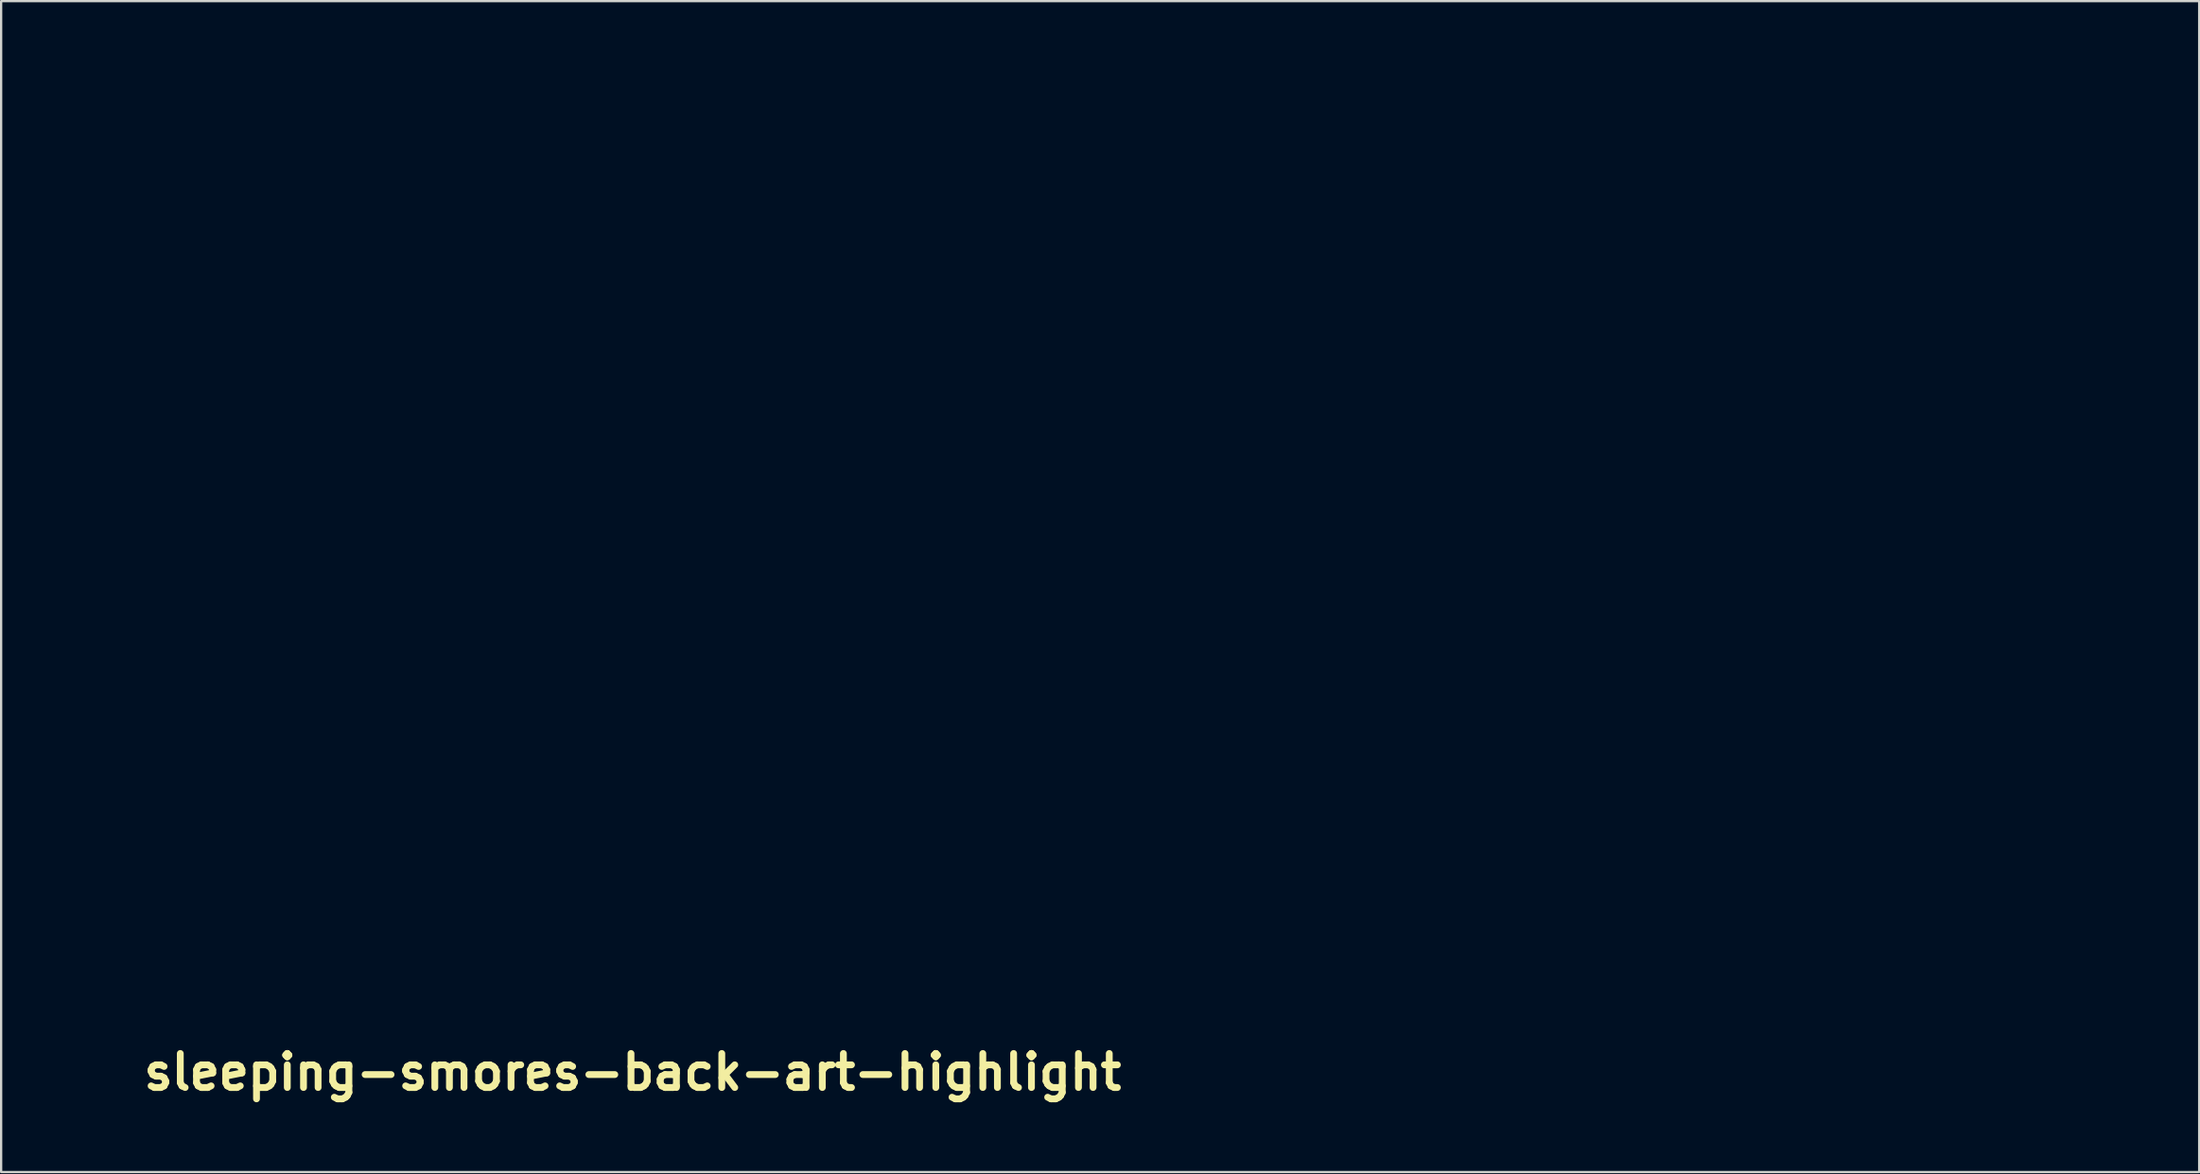
<source format=kicad_pcb>
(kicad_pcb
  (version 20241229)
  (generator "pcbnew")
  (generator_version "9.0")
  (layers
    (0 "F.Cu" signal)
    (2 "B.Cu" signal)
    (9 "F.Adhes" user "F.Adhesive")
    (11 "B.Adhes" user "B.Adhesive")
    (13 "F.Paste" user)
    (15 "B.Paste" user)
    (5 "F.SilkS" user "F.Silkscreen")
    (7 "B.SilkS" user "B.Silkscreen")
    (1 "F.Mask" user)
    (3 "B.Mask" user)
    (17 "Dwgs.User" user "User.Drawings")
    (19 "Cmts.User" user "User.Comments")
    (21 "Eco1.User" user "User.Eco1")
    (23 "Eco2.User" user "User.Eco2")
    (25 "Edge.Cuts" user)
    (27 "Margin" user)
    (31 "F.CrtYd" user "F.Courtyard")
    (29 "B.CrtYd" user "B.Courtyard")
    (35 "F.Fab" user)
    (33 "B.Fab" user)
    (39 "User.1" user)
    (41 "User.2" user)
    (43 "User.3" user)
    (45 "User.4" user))
  (footprint "sleeping-smores-back-art-highlight"
    (layer "F.Cu")
    (at 24.822 44.214)
    (property "Reference" "sleeping-smores-back-art-highlight" (at 0 0 0) (layer "F.SilkS") (effects (font (size 1.5 1.5) (thickness 0.3))))
    (attr board_only exclude_from_pos_files exclude_from_bom)
    (fp_poly (pts (xy -16.71 -7.464) (xy -16.562 -7.34) (xy -16.471 -7.252) (xy -16.425 -7.187) (xy -16.412 -7.128) (xy -16.416 -7.09) (xy -16.469 -6.946) (xy -16.581 -6.761) (xy -16.741 -6.552) (xy -16.84 -6.432) (xy -16.844 -6.852) (xy -16.853 -7.099) (xy -16.876 -7.289) (xy -16.918 -7.447) (xy -16.936 -7.497) (xy -17.025 -7.721)) (stroke (width 0) (type solid)) (fill yes) (layer "F.Mask"))
    (fp_poly (pts (xy 59.468 -31.518) (xy 59.598 -31.471) (xy 59.756 -31.404) (xy 59.797 -31.385) (xy 59.953 -31.315) (xy 60.083 -31.263) (xy 60.165 -31.237) (xy 60.176 -31.235) (xy 60.24 -31.217) (xy 60.252 -31.158) (xy 60.213 -31.048) (xy 60.131 -30.896) (xy 59.927 -30.585) (xy 59.681 -30.267) (xy 59.419 -29.974) (xy 59.207 -29.772) (xy 59.053 -29.645) (xy 58.893 -29.518) (xy 58.741 -29.406) (xy 58.614 -29.319) (xy 58.528 -29.269) (xy 58.505 -29.261) (xy 58.496 -29.302) (xy 58.488 -29.413) (xy 58.483 -29.579) (xy 58.48 -29.785) (xy 58.48 -29.866) (xy 58.48 -30.471) (xy 58.739 -30.754) (xy 58.882 -30.92) (xy 59.023 -31.101) (xy 59.135 -31.263) (xy 59.15 -31.286) (xy 59.256 -31.441) (xy 59.341 -31.521) (xy 59.389 -31.535)) (stroke (width 0) (type solid)) (fill yes) (layer "F.Mask"))
    (fp_poly (pts (xy -19.219 -17.041) (xy -18.989 -17.033) (xy -18.78 -17.019) (xy -18.61 -16.998) (xy -18.498 -16.971) (xy -18.483 -16.964) (xy -18.356 -16.899) (xy -18.385 -16.226) (xy -18.398 -15.941) (xy -18.413 -15.731) (xy -18.442 -15.584) (xy -18.494 -15.49) (xy -18.579 -15.437) (xy -18.706 -15.414) (xy -18.886 -15.41) (xy -19.107 -15.414) (xy -19.336 -15.42) (xy -19.556 -15.43) (xy -19.74 -15.441) (xy -19.85 -15.451) (xy -19.987 -15.473) (xy -20.091 -15.498) (xy -20.123 -15.511) (xy -20.145 -15.566) (xy -20.159 -15.69) (xy -20.165 -15.863) (xy -20.165 -16.069) (xy -20.158 -16.288) (xy -20.146 -16.504) (xy -20.129 -16.699) (xy -20.108 -16.855) (xy -20.083 -16.954) (xy -20.071 -16.975) (xy -20 -17.002) (xy -19.862 -17.022) (xy -19.673 -17.035) (xy -19.453 -17.041)) (stroke (width 0) (type solid)) (fill yes) (layer "F.Mask"))
    (fp_poly (pts (xy -18.177 -10.932) (xy -18.093 -10.897) (xy -17.955 -10.825) (xy -17.757 -10.715) (xy -17.494 -10.564) (xy -17.377 -10.495) (xy -17.145 -10.358) (xy -16.979 -10.257) (xy -16.87 -10.18) (xy -16.81 -10.118) (xy -16.79 -10.061) (xy -16.802 -9.999) (xy -16.838 -9.922) (xy -16.861 -9.878) (xy -16.929 -9.755) (xy -17.011 -9.612) (xy -17.098 -9.468) (xy -17.176 -9.343) (xy -17.235 -9.256) (xy -17.262 -9.225) (xy -17.283 -9.261) (xy -17.318 -9.349) (xy -17.327 -9.373) (xy -17.388 -9.478) (xy -17.5 -9.615) (xy -17.647 -9.765) (xy -17.675 -9.792) (xy -17.808 -9.916) (xy -17.899 -10.015) (xy -17.964 -10.112) (xy -18.016 -10.231) (xy -18.072 -10.399) (xy -18.099 -10.489) (xy -18.152 -10.667) (xy -18.191 -10.813) (xy -18.212 -10.907) (xy -18.213 -10.934)) (stroke (width 0) (type solid)) (fill yes) (layer "F.Mask"))
    (fp_poly (pts (xy -13.854 -6.024) (xy -13.728 -5.961) (xy -13.585 -5.873) (xy -13.576 -5.866) (xy -13.407 -5.749) (xy -13.231 -5.626) (xy -13.104 -5.538) (xy -12.898 -5.381) (xy -12.751 -5.241) (xy -12.671 -5.125) (xy -12.657 -5.07) (xy -12.684 -4.987) (xy -12.757 -4.859) (xy -12.865 -4.698) (xy -12.997 -4.519) (xy -13.142 -4.335) (xy -13.289 -4.16) (xy -13.427 -4.009) (xy -13.546 -3.893) (xy -13.633 -3.828) (xy -13.662 -3.819) (xy -13.725 -3.841) (xy -13.828 -3.898) (xy -13.888 -3.937) (xy -14.211 -4.156) (xy -14.466 -4.333) (xy -14.657 -4.474) (xy -14.79 -4.58) (xy -14.868 -4.657) (xy -14.894 -4.694) (xy -14.902 -4.811) (xy -14.843 -4.982) (xy -14.718 -5.206) (xy -14.536 -5.47) (xy -14.339 -5.724) (xy -14.177 -5.902) (xy -14.048 -6.01) (xy -13.947 -6.048) (xy -13.939 -6.048)) (stroke (width 0) (type solid)) (fill yes) (layer "F.Mask"))
    (fp_poly (pts (xy -22.657 -11.831) (xy -22.553 -11.802) (xy -22.532 -11.785) (xy -22.506 -11.719) (xy -22.478 -11.591) (xy -22.451 -11.423) (xy -22.441 -11.346) (xy -22.418 -11.147) (xy -22.395 -10.958) (xy -22.376 -10.81) (xy -22.372 -10.78) (xy -22.361 -10.669) (xy -22.365 -10.605) (xy -22.371 -10.598) (xy -22.396 -10.63) (xy -22.397 -10.637) (xy -22.429 -10.709) (xy -22.514 -10.814) (xy -22.635 -10.936) (xy -22.774 -11.057) (xy -22.913 -11.162) (xy -23.034 -11.234) (xy -23.048 -11.241) (xy -23.317 -11.313) (xy -23.607 -11.318) (xy -23.889 -11.256) (xy -24.044 -11.186) (xy -24.242 -11.076) (xy -24.242 -11.325) (xy -24.23 -11.505) (xy -24.193 -11.61) (xy -24.177 -11.628) (xy -24.108 -11.656) (xy -23.972 -11.689) (xy -23.787 -11.725) (xy -23.573 -11.761) (xy -23.348 -11.793) (xy -23.13 -11.819) (xy -22.937 -11.835) (xy -22.82 -11.84)) (stroke (width 0) (type solid)) (fill yes) (layer "F.Mask"))
    (fp_poly (pts (xy -21.463 -17.146) (xy -21.138 -17.115) (xy -20.888 -17.092) (xy -20.702 -17.073) (xy -20.571 -17.057) (xy -20.484 -17.044) (xy -20.431 -17.03) (xy -20.4 -17.016) (xy -20.383 -16.998) (xy -20.372 -16.983) (xy -20.357 -16.915) (xy -20.351 -16.781) (xy -20.353 -16.6) (xy -20.361 -16.391) (xy -20.374 -16.175) (xy -20.392 -15.969) (xy -20.412 -15.793) (xy -20.435 -15.667) (xy -20.447 -15.628) (xy -20.504 -15.489) (xy -21.097 -15.494) (xy -21.332 -15.498) (xy -21.554 -15.507) (xy -21.739 -15.519) (xy -21.866 -15.533) (xy -21.879 -15.536) (xy -22.002 -15.57) (xy -22.088 -15.611) (xy -22.105 -15.627) (xy -22.118 -15.693) (xy -22.122 -15.826) (xy -22.12 -16.006) (xy -22.111 -16.215) (xy -22.098 -16.434) (xy -22.08 -16.644) (xy -22.059 -16.827) (xy -22.037 -16.963) (xy -22.028 -16.997) (xy -21.96 -17.082) (xy -21.822 -17.135) (xy -21.622 -17.153)) (stroke (width 0) (type solid)) (fill yes) (layer "F.Mask"))
    (fp_poly (pts (xy -20.241 -18.881) (xy -20.017 -18.861) (xy -19.803 -18.83) (xy -19.619 -18.792) (xy -19.484 -18.746) (xy -19.45 -18.727) (xy -19.402 -18.693) (xy -19.372 -18.653) (xy -19.357 -18.59) (xy -19.356 -18.487) (xy -19.364 -18.325) (xy -19.371 -18.22) (xy -19.401 -17.902) (xy -19.443 -17.636) (xy -19.496 -17.432) (xy -19.557 -17.299) (xy -19.593 -17.259) (xy -19.668 -17.235) (xy -19.804 -17.219) (xy -19.974 -17.21) (xy -20.152 -17.21) (xy -20.314 -17.22) (xy -20.402 -17.232) (xy -20.624 -17.277) (xy -20.779 -17.313) (xy -20.882 -17.344) (xy -20.95 -17.379) (xy -20.999 -17.421) (xy -21.028 -17.455) (xy -21.07 -17.516) (xy -21.096 -17.582) (xy -21.106 -17.675) (xy -21.104 -17.816) (xy -21.095 -17.982) (xy -21.063 -18.286) (xy -21.007 -18.543) (xy -20.932 -18.739) (xy -20.867 -18.834) (xy -20.789 -18.868) (xy -20.646 -18.886) (xy -20.457 -18.89)) (stroke (width 0) (type solid)) (fill yes) (layer "F.Mask"))
    (fp_poly (pts (xy -21.029 -13.042) (xy -20.834 -13.039) (xy -20.682 -13.031) (xy -20.589 -13.021) (xy -20.577 -13.017) (xy -20.552 -12.998) (xy -20.534 -12.953) (xy -20.522 -12.872) (xy -20.514 -12.743) (xy -20.51 -12.554) (xy -20.509 -12.294) (xy -20.509 -12.204) (xy -20.507 -11.916) (xy -20.509 -11.693) (xy -20.525 -11.527) (xy -20.563 -11.412) (xy -20.634 -11.339) (xy -20.747 -11.301) (xy -20.913 -11.289) (xy -21.14 -11.296) (xy -21.439 -11.314) (xy -21.603 -11.324) (xy -21.79 -11.338) (xy -21.948 -11.355) (xy -22.054 -11.373) (xy -22.086 -11.383) (xy -22.107 -11.439) (xy -22.123 -11.564) (xy -22.132 -11.741) (xy -22.136 -11.952) (xy -22.134 -12.181) (xy -22.127 -12.411) (xy -22.116 -12.625) (xy -22.1 -12.805) (xy -22.08 -12.936) (xy -22.056 -12.999) (xy -22.053 -13.001) (xy -21.991 -13.015) (xy -21.861 -13.025) (xy -21.681 -13.034) (xy -21.471 -13.04) (xy -21.247 -13.042)) (stroke (width 0) (type solid)) (fill yes) (layer "F.Mask"))
    (fp_poly (pts (xy 58.704 -38.755) (xy 58.793 -38.699) (xy 58.91 -38.612) (xy 58.914 -38.609) (xy 59.466 -38.134) (xy 59.937 -37.634) (xy 60.326 -37.107) (xy 60.635 -36.553) (xy 60.864 -35.97) (xy 61.014 -35.358) (xy 61.084 -34.715) (xy 61.084 -34.71) (xy 61.089 -34.502) (xy 61.086 -34.272) (xy 61.077 -34.036) (xy 61.062 -33.809) (xy 61.043 -33.607) (xy 61.022 -33.444) (xy 60.999 -33.336) (xy 60.975 -33.299) (xy 60.974 -33.299) (xy 60.924 -33.313) (xy 60.812 -33.348) (xy 60.659 -33.397) (xy 60.581 -33.422) (xy 60.399 -33.483) (xy 60.233 -33.545) (xy 60.111 -33.595) (xy 60.086 -33.607) (xy 59.956 -33.674) (xy 59.99 -34.053) (xy 60.002 -34.653) (xy 59.931 -35.237) (xy 59.777 -35.801) (xy 59.543 -36.339) (xy 59.23 -36.848) (xy 59.006 -37.135) (xy 58.752 -37.435) (xy 58.697 -38.091) (xy 58.679 -38.319) (xy 58.666 -38.515) (xy 58.659 -38.665) (xy 58.659 -38.752) (xy 58.662 -38.768)) (stroke (width 0) (type solid)) (fill yes) (layer "F.Mask"))
    (fp_poly (pts (xy -19.243 -13.156) (xy -19.012 -13.143) (xy -18.811 -13.119) (xy -18.661 -13.086) (xy -18.621 -13.071) (xy -18.546 -13.019) (xy -18.491 -12.936) (xy -18.454 -12.81) (xy -18.431 -12.631) (xy -18.42 -12.387) (xy -18.42 -12.091) (xy -18.425 -11.815) (xy -18.435 -11.616) (xy -18.454 -11.484) (xy -18.489 -11.411) (xy -18.543 -11.386) (xy -18.622 -11.401) (xy -18.731 -11.447) (xy -18.757 -11.459) (xy -19 -11.534) (xy -19.287 -11.562) (xy -19.591 -11.543) (xy -19.884 -11.476) (xy -19.926 -11.461) (xy -20.059 -11.414) (xy -20.156 -11.381) (xy -20.192 -11.37) (xy -20.212 -11.406) (xy -20.242 -11.495) (xy -20.247 -11.509) (xy -20.259 -11.6) (xy -20.268 -11.757) (xy -20.272 -11.964) (xy -20.271 -12.201) (xy -20.268 -12.335) (xy -20.258 -12.606) (xy -20.247 -12.803) (xy -20.233 -12.938) (xy -20.215 -13.021) (xy -20.19 -13.065) (xy -20.184 -13.071) (xy -20.089 -13.108) (xy -19.928 -13.135) (xy -19.72 -13.152) (xy -19.486 -13.159)) (stroke (width 0) (type solid)) (fill yes) (layer "F.Mask"))
    (fp_poly (pts (xy -21.257 -15.184) (xy -20.984 -15.168) (xy -20.78 -15.141) (xy -20.638 -15.101) (xy -20.549 -15.048) (xy -20.548 -15.047) (xy -20.5 -14.993) (xy -20.475 -14.929) (xy -20.47 -14.831) (xy -20.48 -14.673) (xy -20.481 -14.656) (xy -20.493 -14.469) (xy -20.502 -14.237) (xy -20.507 -14.002) (xy -20.508 -13.937) (xy -20.513 -13.714) (xy -20.528 -13.566) (xy -20.555 -13.48) (xy -20.569 -13.461) (xy -20.618 -13.435) (xy -20.71 -13.417) (xy -20.858 -13.406) (xy -21.073 -13.4) (xy -21.223 -13.399) (xy -21.453 -13.4) (xy -21.662 -13.403) (xy -21.831 -13.408) (xy -21.939 -13.414) (xy -21.953 -13.416) (xy -22.037 -13.437) (xy -22.098 -13.482) (xy -22.141 -13.561) (xy -22.165 -13.685) (xy -22.175 -13.865) (xy -22.172 -14.11) (xy -22.162 -14.363) (xy -22.149 -14.6) (xy -22.133 -14.811) (xy -22.116 -14.978) (xy -22.099 -15.085) (xy -22.091 -15.113) (xy -22.061 -15.148) (xy -22.005 -15.17) (xy -21.906 -15.182) (xy -21.748 -15.188) (xy -21.608 -15.189)) (stroke (width 0) (type solid)) (fill yes) (layer "F.Mask"))
    (fp_poly (pts (xy -19.44 -15.166) (xy -19.311 -15.161) (xy -19.016 -15.151) (xy -18.795 -15.137) (xy -18.638 -15.111) (xy -18.533 -15.064) (xy -18.469 -14.986) (xy -18.436 -14.868) (xy -18.421 -14.701) (xy -18.414 -14.477) (xy -18.413 -14.417) (xy -18.409 -14.156) (xy -18.414 -13.961) (xy -18.43 -13.811) (xy -18.457 -13.686) (xy -18.47 -13.647) (xy -18.516 -13.521) (xy -18.558 -13.433) (xy -18.577 -13.409) (xy -18.645 -13.389) (xy -18.777 -13.378) (xy -18.978 -13.375) (xy -19.254 -13.38) (xy -19.565 -13.391) (xy -19.786 -13.4) (xy -19.975 -13.409) (xy -20.116 -13.416) (xy -20.193 -13.422) (xy -20.202 -13.423) (xy -20.206 -13.466) (xy -20.208 -13.581) (xy -20.208 -13.756) (xy -20.206 -13.976) (xy -20.203 -14.229) (xy -20.202 -14.248) (xy -20.196 -14.535) (xy -20.189 -14.747) (xy -20.181 -14.899) (xy -20.169 -15) (xy -20.152 -15.065) (xy -20.129 -15.104) (xy -20.104 -15.127) (xy -20.057 -15.15) (xy -19.979 -15.164) (xy -19.859 -15.172) (xy -19.683 -15.172)) (stroke (width 0) (type solid)) (fill yes) (layer "F.Mask"))
    (fp_poly (pts (xy -14.596 -8.478) (xy -14.469 -8.425) (xy -14.306 -8.325) (xy -14.095 -8.179) (xy -13.851 -8.004) (xy -13.649 -7.857) (xy -13.51 -7.747) (xy -13.423 -7.663) (xy -13.38 -7.595) (xy -13.371 -7.534) (xy -13.377 -7.496) (xy -13.427 -7.382) (xy -13.531 -7.206) (xy -13.688 -6.971) (xy -13.896 -6.68) (xy -14.021 -6.511) (xy -14.167 -6.322) (xy -14.275 -6.196) (xy -14.355 -6.123) (xy -14.417 -6.094) (xy -14.434 -6.093) (xy -14.534 -6.116) (xy -14.584 -6.152) (xy -14.644 -6.202) (xy -14.755 -6.279) (xy -14.894 -6.364) (xy -14.9 -6.368) (xy -15.058 -6.466) (xy -15.206 -6.568) (xy -15.304 -6.645) (xy -15.436 -6.752) (xy -15.578 -6.857) (xy -15.594 -6.868) (xy -15.695 -6.95) (xy -15.761 -7.027) (xy -15.77 -7.046) (xy -15.763 -7.112) (xy -15.711 -7.226) (xy -15.611 -7.389) (xy -15.461 -7.607) (xy -15.258 -7.884) (xy -15.112 -8.077) (xy -14.985 -8.244) (xy -14.881 -8.368) (xy -14.79 -8.449) (xy -14.699 -8.486)) (stroke (width 0) (type solid)) (fill yes) (layer "F.Mask"))
    (fp_poly (pts (xy -16.35 -9.757) (xy -16.231 -9.689) (xy -16.073 -9.587) (xy -15.889 -9.461) (xy -15.694 -9.322) (xy -15.502 -9.18) (xy -15.326 -9.045) (xy -15.18 -8.927) (xy -15.079 -8.836) (xy -15.035 -8.782) (xy -15.026 -8.743) (xy -15.031 -8.702) (xy -15.058 -8.646) (xy -15.117 -8.56) (xy -15.214 -8.432) (xy -15.321 -8.293) (xy -15.44 -8.133) (xy -15.556 -7.966) (xy -15.636 -7.839) (xy -15.776 -7.628) (xy -15.912 -7.477) (xy -16.034 -7.394) (xy -16.096 -7.38) (xy -16.171 -7.406) (xy -16.3 -7.48) (xy -16.472 -7.593) (xy -16.673 -7.739) (xy -16.69 -7.752) (xy -16.869 -7.888) (xy -17.024 -8.008) (xy -17.141 -8.103) (xy -17.208 -8.16) (xy -17.217 -8.17) (xy -17.229 -8.231) (xy -17.233 -8.356) (xy -17.228 -8.521) (xy -17.223 -8.598) (xy -17.206 -8.789) (xy -17.184 -8.921) (xy -17.148 -9.021) (xy -17.091 -9.116) (xy -17.046 -9.177) (xy -16.876 -9.389) (xy -16.716 -9.565) (xy -16.575 -9.695) (xy -16.465 -9.769) (xy -16.415 -9.782)) (stroke (width 0) (type solid)) (fill yes) (layer "F.Mask"))
    (fp_poly (pts (xy -16.003 -6.799) (xy -15.873 -6.738) (xy -15.722 -6.654) (xy -15.575 -6.559) (xy -15.455 -6.469) (xy -15.446 -6.46) (xy -15.344 -6.382) (xy -15.207 -6.291) (xy -15.139 -6.25) (xy -14.918 -6.11) (xy -14.765 -5.982) (xy -14.685 -5.87) (xy -14.674 -5.82) (xy -14.697 -5.755) (xy -14.761 -5.633) (xy -14.857 -5.468) (xy -14.979 -5.273) (xy -15.082 -5.116) (xy -15.238 -4.885) (xy -15.357 -4.718) (xy -15.446 -4.605) (xy -15.513 -4.539) (xy -15.564 -4.509) (xy -15.589 -4.505) (xy -15.673 -4.529) (xy -15.798 -4.592) (xy -15.938 -4.68) (xy -15.943 -4.684) (xy -16.117 -4.801) (xy -16.306 -4.924) (xy -16.437 -5.004) (xy -16.684 -5.167) (xy -16.859 -5.322) (xy -16.957 -5.465) (xy -16.971 -5.507) (xy -16.976 -5.568) (xy -16.955 -5.646) (xy -16.902 -5.753) (xy -16.81 -5.905) (xy -16.709 -6.06) (xy -16.532 -6.324) (xy -16.393 -6.523) (xy -16.286 -6.665) (xy -16.204 -6.756) (xy -16.141 -6.806) (xy -16.091 -6.822) (xy -16.088 -6.822)) (stroke (width 0) (type solid)) (fill yes) (layer "F.Mask"))
    (fp_poly (pts (xy 63.694 -30.07) (xy 63.84 -30.011) (xy 64.042 -29.916) (xy 64.158 -29.862) (xy 64.62 -29.643) (xy 64.491 -29.42) (xy 64.308 -29.127) (xy 64.079 -28.799) (xy 63.823 -28.462) (xy 63.558 -28.138) (xy 63.491 -28.062) (xy 62.911 -27.467) (xy 62.274 -26.936) (xy 61.581 -26.47) (xy 60.834 -26.068) (xy 60.033 -25.733) (xy 59.181 -25.464) (xy 59.089 -25.44) (xy 58.835 -25.373) (xy 58.653 -25.331) (xy 58.533 -25.319) (xy 58.461 -25.345) (xy 58.427 -25.416) (xy 58.418 -25.539) (xy 58.424 -25.722) (xy 58.428 -25.84) (xy 58.44 -26.075) (xy 58.457 -26.257) (xy 58.478 -26.375) (xy 58.495 -26.412) (xy 58.56 -26.446) (xy 58.681 -26.491) (xy 58.823 -26.533) (xy 58.978 -26.58) (xy 59.184 -26.649) (xy 59.411 -26.73) (xy 59.596 -26.8) (xy 60.301 -27.109) (xy 60.943 -27.461) (xy 61.529 -27.864) (xy 62.069 -28.326) (xy 62.572 -28.853) (xy 63.048 -29.455) (xy 63.283 -29.791) (xy 63.373 -29.928) (xy 63.445 -30.023) (xy 63.512 -30.077) (xy 63.59 -30.093)) (stroke (width 0) (type solid)) (fill yes) (layer "F.Mask"))
    (fp_poly (pts (xy -23.131 -14.114) (xy -23.105 -14.098) (xy -23.015 -14.006) (xy -22.969 -13.912) (xy -22.933 -13.796) (xy -22.878 -13.656) (xy -22.862 -13.618) (xy -22.8 -13.458) (xy -22.739 -13.263) (xy -22.684 -13.058) (xy -22.64 -12.862) (xy -22.613 -12.698) (xy -22.607 -12.588) (xy -22.61 -12.571) (xy -22.636 -12.511) (xy -22.694 -12.465) (xy -22.801 -12.424) (xy -22.935 -12.387) (xy -23.108 -12.341) (xy -23.314 -12.286) (xy -23.534 -12.225) (xy -23.75 -12.165) (xy -23.946 -12.11) (xy -24.101 -12.066) (xy -24.2 -12.036) (xy -24.221 -12.029) (xy -24.287 -12.042) (xy -24.361 -12.099) (xy -24.42 -12.191) (xy -24.483 -12.33) (xy -24.519 -12.435) (xy -24.619 -12.77) (xy -24.697 -13.034) (xy -24.753 -13.234) (xy -24.792 -13.38) (xy -24.814 -13.483) (xy -24.822 -13.55) (xy -24.818 -13.593) (xy -24.803 -13.62) (xy -24.782 -13.641) (xy -24.716 -13.675) (xy -24.586 -13.73) (xy -24.41 -13.797) (xy -24.204 -13.871) (xy -23.987 -13.946) (xy -23.777 -14.015) (xy -23.591 -14.073) (xy -23.446 -14.112) (xy -23.436 -14.115) (xy -23.296 -14.143) (xy -23.204 -14.143)) (stroke (width 0) (type solid)) (fill yes) (layer "F.Mask"))
    (fp_poly (pts (xy 58.623 -44.212) (xy 58.808 -44.201) (xy 59.029 -44.183) (xy 59.27 -44.159) (xy 59.515 -44.13) (xy 59.747 -44.1) (xy 59.951 -44.067) (xy 59.964 -44.065) (xy 60.505 -43.944) (xy 61.081 -43.772) (xy 61.667 -43.557) (xy 62.238 -43.31) (xy 62.767 -43.039) (xy 62.784 -43.029) (xy 63.427 -42.64) (xy 63.989 -42.235) (xy 64.477 -41.81) (xy 64.895 -41.358) (xy 65.25 -40.872) (xy 65.546 -40.347) (xy 65.789 -39.777) (xy 65.908 -39.419) (xy 65.957 -39.261) (xy 65.993 -39.139) (xy 66.014 -39.038) (xy 66.018 -38.941) (xy 66.005 -38.833) (xy 65.974 -38.699) (xy 65.922 -38.523) (xy 65.848 -38.289) (xy 65.796 -38.121) (xy 65.721 -37.876) (xy 65.644 -37.614) (xy 65.576 -37.372) (xy 65.536 -37.22) (xy 65.467 -36.952) (xy 65.401 -36.704) (xy 65.342 -36.491) (xy 65.293 -36.324) (xy 65.259 -36.217) (xy 65.245 -36.183) (xy 65.236 -36.217) (xy 65.224 -36.32) (xy 65.21 -36.477) (xy 65.197 -36.671) (xy 65.197 -36.672) (xy 65.134 -37.376) (xy 65.036 -38.046) (xy 64.905 -38.671) (xy 64.744 -39.243) (xy 64.553 -39.752) (xy 64.337 -40.189) (xy 64.32 -40.217) (xy 64.041 -40.621) (xy 63.686 -41.017) (xy 63.266 -41.4) (xy 62.789 -41.763) (xy 62.268 -42.099) (xy 61.711 -42.401) (xy 61.129 -42.664) (xy 60.531 -42.879) (xy 60.125 -42.995) (xy 59.911 -43.046) (xy 59.707 -43.089) (xy 59.492 -43.126) (xy 59.248 -43.161) (xy 58.956 -43.196) (xy 58.641 -43.229) (xy 58.394 -43.255) (xy 58.394 -43.721) (xy 58.397 -43.912) (xy 58.405 -44.069) (xy 58.416 -44.173) (xy 58.426 -44.206) (xy 58.49 -44.214)) (stroke (width 0) (type solid)) (fill yes) (layer "F.Mask"))
    (fp_poly (pts (xy 51.904 -29.939) (xy 52.115 -29.915) (xy 52.381 -29.866) (xy 52.715 -29.792) (xy 52.769 -29.779) (xy 53.158 -29.688) (xy 53.48 -29.616) (xy 53.752 -29.56) (xy 53.99 -29.519) (xy 54.211 -29.491) (xy 54.432 -29.472) (xy 54.669 -29.462) (xy 54.938 -29.457) (xy 55.207 -29.456) (xy 56.117 -29.455) (xy 56.145 -29.225) (xy 56.155 -29.087) (xy 56.154 -28.923) (xy 56.145 -28.756) (xy 56.13 -28.613) (xy 56.11 -28.518) (xy 56.099 -28.496) (xy 56.051 -28.484) (xy 55.937 -28.467) (xy 55.778 -28.448) (xy 55.682 -28.438) (xy 55.19 -28.416) (xy 54.64 -28.44) (xy 54.045 -28.509) (xy 53.417 -28.62) (xy 52.935 -28.731) (xy 52.715 -28.787) (xy 52.522 -28.837) (xy 52.373 -28.877) (xy 52.283 -28.902) (xy 52.27 -28.907) (xy 52.231 -28.905) (xy 52.246 -28.852) (xy 52.309 -28.757) (xy 52.411 -28.628) (xy 52.545 -28.472) (xy 52.702 -28.299) (xy 52.876 -28.117) (xy 53.059 -27.933) (xy 53.244 -27.756) (xy 53.421 -27.596) (xy 53.585 -27.458) (xy 53.645 -27.412) (xy 53.946 -27.209) (xy 54.302 -27.007) (xy 54.69 -26.816) (xy 55.086 -26.648) (xy 55.468 -26.512) (xy 55.813 -26.42) (xy 55.874 -26.407) (xy 55.943 -26.392) (xy 55.992 -26.368) (xy 56.021 -26.321) (xy 56.034 -26.239) (xy 56.034 -26.109) (xy 56.022 -25.916) (xy 56.006 -25.711) (xy 55.989 -25.532) (xy 55.97 -25.424) (xy 55.943 -25.371) (xy 55.91 -25.36) (xy 55.842 -25.373) (xy 55.712 -25.406) (xy 55.543 -25.453) (xy 55.425 -25.488) (xy 54.735 -25.723) (xy 54.117 -25.994) (xy 53.558 -26.305) (xy 53.05 -26.665) (xy 52.58 -27.08) (xy 52.14 -27.556) (xy 52.09 -27.616) (xy 51.794 -27.999) (xy 51.556 -28.361) (xy 51.378 -28.697) (xy 51.261 -29.003) (xy 51.205 -29.274) (xy 51.213 -29.506) (xy 51.285 -29.694) (xy 51.422 -29.835) (xy 51.486 -29.873) (xy 51.602 -29.917) (xy 51.737 -29.939)) (stroke (width 0) (type solid)) (fill yes) (layer "F.Mask"))
    (fp_poly (pts (xy 56.058 -43.424) (xy 56.059 -42.953) (xy 55.736 -42.839) (xy 55.112 -42.575) (xy 54.513 -42.236) (xy 53.945 -41.829) (xy 53.418 -41.363) (xy 52.938 -40.846) (xy 52.516 -40.288) (xy 52.158 -39.695) (xy 51.874 -39.076) (xy 51.785 -38.83) (xy 51.695 -38.517) (xy 51.62 -38.167) (xy 51.564 -37.812) (xy 51.534 -37.486) (xy 51.53 -37.349) (xy 51.53 -37.092) (xy 51.64 -37.284) (xy 51.9 -37.667) (xy 52.232 -38.044) (xy 52.622 -38.405) (xy 53.056 -38.737) (xy 53.52 -39.033) (xy 54.001 -39.281) (xy 54.484 -39.471) (xy 54.702 -39.535) (xy 54.883 -39.578) (xy 55.098 -39.62) (xy 55.328 -39.658) (xy 55.554 -39.69) (xy 55.758 -39.714) (xy 55.92 -39.727) (xy 56.023 -39.725) (xy 56.039 -39.722) (xy 56.064 -39.671) (xy 56.084 -39.542) (xy 56.098 -39.342) (xy 56.103 -39.232) (xy 56.118 -38.759) (xy 55.992 -38.777) (xy 55.865 -38.782) (xy 55.676 -38.77) (xy 55.449 -38.746) (xy 55.205 -38.712) (xy 54.967 -38.671) (xy 54.758 -38.626) (xy 54.695 -38.61) (xy 54.341 -38.489) (xy 53.948 -38.313) (xy 53.532 -38.093) (xy 53.11 -37.839) (xy 52.698 -37.561) (xy 52.314 -37.27) (xy 51.973 -36.976) (xy 51.787 -36.792) (xy 51.663 -36.67) (xy 51.57 -36.609) (xy 51.483 -36.599) (xy 51.379 -36.634) (xy 51.346 -36.649) (xy 51.19 -36.76) (xy 51.072 -36.925) (xy 50.989 -37.151) (xy 50.941 -37.443) (xy 50.923 -37.808) (xy 50.923 -37.886) (xy 50.969 -38.465) (xy 51.095 -39.054) (xy 51.298 -39.648) (xy 51.575 -40.238) (xy 51.922 -40.818) (xy 52.336 -41.38) (xy 52.814 -41.918) (xy 52.881 -41.986) (xy 53.271 -42.358) (xy 53.65 -42.674) (xy 54.043 -42.955) (xy 54.478 -43.221) (xy 54.554 -43.263) (xy 54.768 -43.376) (xy 55.015 -43.496) (xy 55.274 -43.613) (xy 55.525 -43.719) (xy 55.746 -43.805) (xy 55.918 -43.862) (xy 55.949 -43.87) (xy 56.056 -43.896)) (stroke (width 0) (type solid)) (fill yes) (layer "F.Mask")))
  (gr_rect
    (start -3 -3)
    (end 93.84 48.618)
    (stroke (width 0.1) (type default))
    (fill no)
    (layer "Edge.Cuts")))
</source>
